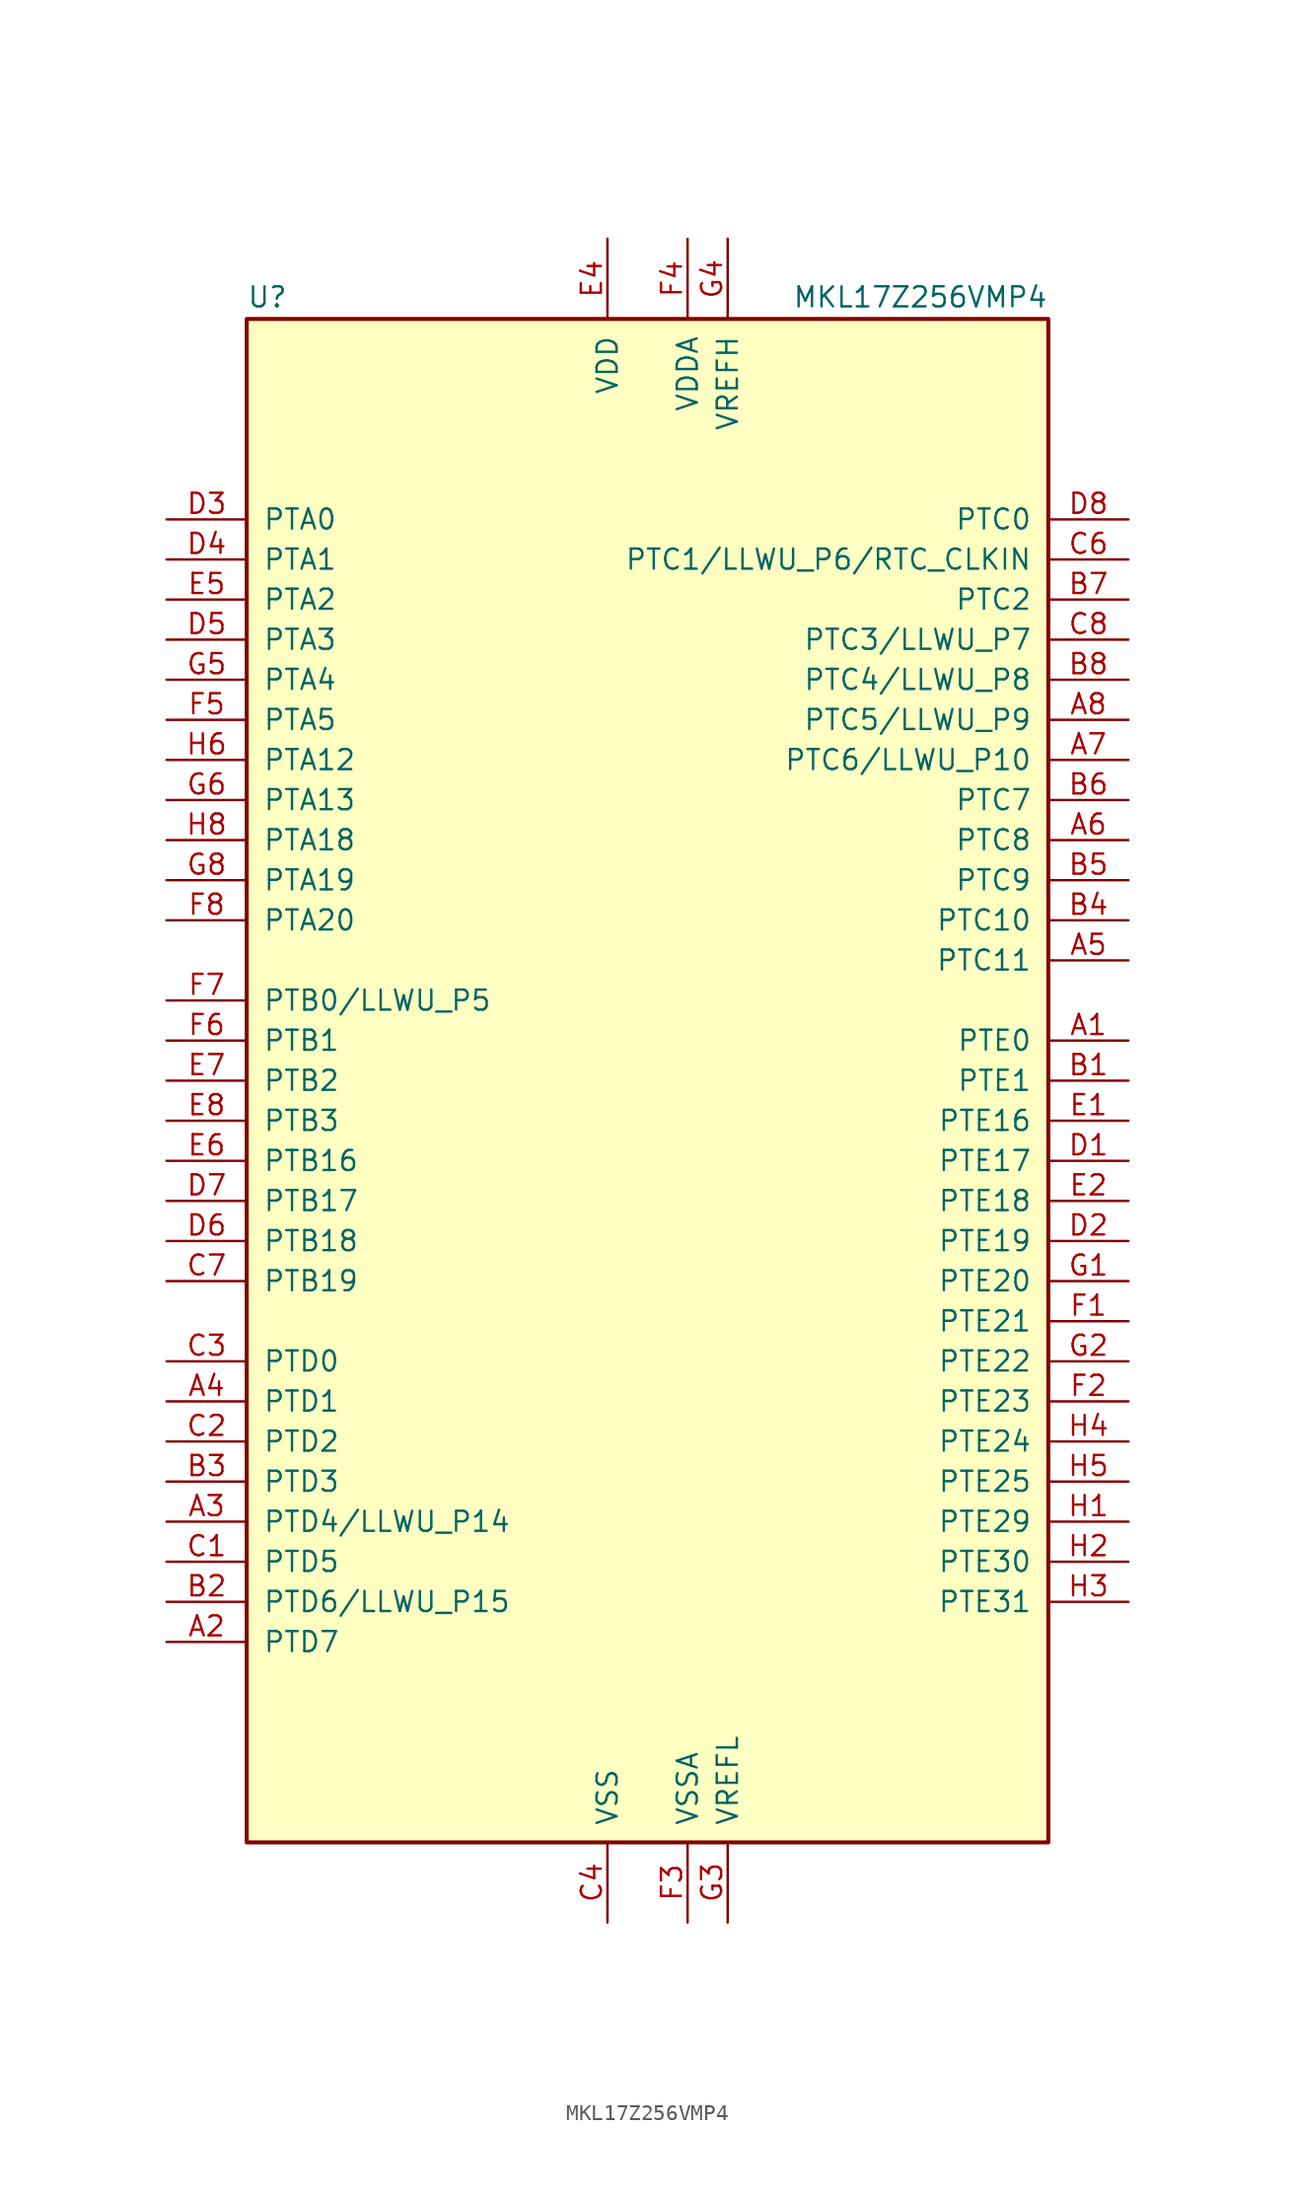
<source format=kicad_sym>
(kicad_symbol_lib
  (version 20211014)
  (generator kicad_symbol_editor)
  (symbol "MKL17Z256VMP4"
    (pin_names
      (offset 1.016))
    (property "Reference" "U"
      (at -25.4 48.895 0)
      (effects (font (size 1.27 1.27)) (justify left bottom)))
    (property "Value" "MKL17Z256VMP4"
      (at 25.4 48.895 0)
      (effects (font (size 1.27 1.27)) (justify right bottom)))
    (symbol "MKL17Z256VMP4_0_1"
      (rectangle (start -25.4 48.26) (end 25.4 -48.26) (stroke (width 0.254) (type default) (color 0 0 0 0)) (fill (type background))))
    (symbol "MKL17Z256VMP4_1_1"
      (pin bidirectional line (at 30.48 2.54 180) (length 5.08) (name "PTE0" (effects (font (size 1.27 1.27)))) (number "A1" (effects (font (size 1.27 1.27)))))
      (pin bidirectional line (at -30.48 -35.56 0) (length 5.08) (name "PTD7" (effects (font (size 1.27 1.27)))) (number "A2" (effects (font (size 1.27 1.27)))))
      (pin bidirectional line (at -30.48 -27.94 0) (length 5.08) (name "PTD4/LLWU_P14" (effects (font (size 1.27 1.27)))) (number "A3" (effects (font (size 1.27 1.27)))))
      (pin bidirectional line (at -30.48 -20.32 0) (length 5.08) (name "PTD1" (effects (font (size 1.27 1.27)))) (number "A4" (effects (font (size 1.27 1.27)))))
      (pin bidirectional line (at 30.48 7.62 180) (length 5.08) (name "PTC11" (effects (font (size 1.27 1.27)))) (number "A5" (effects (font (size 1.27 1.27)))))
      (pin bidirectional line (at 30.48 15.24 180) (length 5.08) (name "PTC8" (effects (font (size 1.27 1.27)))) (number "A6" (effects (font (size 1.27 1.27)))))
      (pin bidirectional line (at 30.48 20.32 180) (length 5.08) (name "PTC6/LLWU_P10" (effects (font (size 1.27 1.27)))) (number "A7" (effects (font (size 1.27 1.27)))))
      (pin bidirectional line (at 30.48 22.86 180) (length 5.08) (name "PTC5/LLWU_P9" (effects (font (size 1.27 1.27)))) (number "A8" (effects (font (size 1.27 1.27)))))
      (pin bidirectional line (at 30.48 0 180) (length 5.08) (name "PTE1" (effects (font (size 1.27 1.27)))) (number "B1" (effects (font (size 1.27 1.27)))))
      (pin bidirectional line (at -30.48 -33.02 0) (length 5.08) (name "PTD6/LLWU_P15" (effects (font (size 1.27 1.27)))) (number "B2" (effects (font (size 1.27 1.27)))))
      (pin bidirectional line (at -30.48 -25.4 0) (length 5.08) (name "PTD3" (effects (font (size 1.27 1.27)))) (number "B3" (effects (font (size 1.27 1.27)))))
      (pin bidirectional line (at 30.48 10.16 180) (length 5.08) (name "PTC10" (effects (font (size 1.27 1.27)))) (number "B4" (effects (font (size 1.27 1.27)))))
      (pin bidirectional line (at 30.48 12.7 180) (length 5.08) (name "PTC9" (effects (font (size 1.27 1.27)))) (number "B5" (effects (font (size 1.27 1.27)))))
      (pin bidirectional line (at 30.48 17.78 180) (length 5.08) (name "PTC7" (effects (font (size 1.27 1.27)))) (number "B6" (effects (font (size 1.27 1.27)))))
      (pin bidirectional line (at 30.48 30.48 180) (length 5.08) (name "PTC2" (effects (font (size 1.27 1.27)))) (number "B7" (effects (font (size 1.27 1.27)))))
      (pin bidirectional line (at 30.48 25.4 180) (length 5.08) (name "PTC4/LLWU_P8" (effects (font (size 1.27 1.27)))) (number "B8" (effects (font (size 1.27 1.27)))))
      (pin bidirectional line (at -30.48 -30.48 0) (length 5.08) (name "PTD5" (effects (font (size 1.27 1.27)))) (number "C1" (effects (font (size 1.27 1.27)))))
      (pin bidirectional line (at -30.48 -22.86 0) (length 5.08) (name "PTD2" (effects (font (size 1.27 1.27)))) (number "C2" (effects (font (size 1.27 1.27)))))
      (pin bidirectional line (at -30.48 -17.78 0) (length 5.08) (name "PTD0" (effects (font (size 1.27 1.27)))) (number "C3" (effects (font (size 1.27 1.27)))))
      (pin power_in line (at -2.54 -53.34 90) (length 5.08) (name "VSS" (effects (font (size 1.27 1.27)))) (number "C4" (effects (font (size 1.27 1.27)))))
      (pin no_connect line (at -15.24 -53.34 90) (length 5.08) hide (name "NC" (effects (font (size 1.27 1.27)))) (number "C5" (effects (font (size 1.27 1.27)))))
      (pin bidirectional line (at 30.48 33.02 180) (length 5.08) (name "PTC1/LLWU_P6/RTC_CLKIN" (effects (font (size 1.27 1.27)))) (number "C6" (effects (font (size 1.27 1.27)))))
      (pin bidirectional line (at -30.48 -12.7 0) (length 5.08) (name "PTB19" (effects (font (size 1.27 1.27)))) (number "C7" (effects (font (size 1.27 1.27)))))
      (pin bidirectional line (at 30.48 27.94 180) (length 5.08) (name "PTC3/LLWU_P7" (effects (font (size 1.27 1.27)))) (number "C8" (effects (font (size 1.27 1.27)))))
      (pin bidirectional line (at 30.48 -5.08 180) (length 5.08) (name "PTE17" (effects (font (size 1.27 1.27)))) (number "D1" (effects (font (size 1.27 1.27)))))
      (pin bidirectional line (at 30.48 -10.16 180) (length 5.08) (name "PTE19" (effects (font (size 1.27 1.27)))) (number "D2" (effects (font (size 1.27 1.27)))))
      (pin bidirectional line (at -30.48 35.56 0) (length 5.08) (name "PTA0" (effects (font (size 1.27 1.27)))) (number "D3" (effects (font (size 1.27 1.27)))))
      (pin bidirectional line (at -30.48 33.02 0) (length 5.08) (name "PTA1" (effects (font (size 1.27 1.27)))) (number "D4" (effects (font (size 1.27 1.27)))))
      (pin bidirectional line (at -30.48 27.94 0) (length 5.08) (name "PTA3" (effects (font (size 1.27 1.27)))) (number "D5" (effects (font (size 1.27 1.27)))))
      (pin bidirectional line (at -30.48 -10.16 0) (length 5.08) (name "PTB18" (effects (font (size 1.27 1.27)))) (number "D6" (effects (font (size 1.27 1.27)))))
      (pin bidirectional line (at -30.48 -7.62 0) (length 5.08) (name "PTB17" (effects (font (size 1.27 1.27)))) (number "D7" (effects (font (size 1.27 1.27)))))
      (pin bidirectional line (at 30.48 35.56 180) (length 5.08) (name "PTC0" (effects (font (size 1.27 1.27)))) (number "D8" (effects (font (size 1.27 1.27)))))
      (pin bidirectional line (at 30.48 -2.54 180) (length 5.08) (name "PTE16" (effects (font (size 1.27 1.27)))) (number "E1" (effects (font (size 1.27 1.27)))))
      (pin bidirectional line (at 30.48 -7.62 180) (length 5.08) (name "PTE18" (effects (font (size 1.27 1.27)))) (number "E2" (effects (font (size 1.27 1.27)))))
      (pin passive line (at -2.54 -53.34 90) (length 5.08) hide (name "VSS" (effects (font (size 1.27 1.27)))) (number "E3" (effects (font (size 1.27 1.27)))))
      (pin power_in line (at -2.54 53.34 270) (length 5.08) (name "VDD" (effects (font (size 1.27 1.27)))) (number "E4" (effects (font (size 1.27 1.27)))))
      (pin bidirectional line (at -30.48 30.48 0) (length 5.08) (name "PTA2" (effects (font (size 1.27 1.27)))) (number "E5" (effects (font (size 1.27 1.27)))))
      (pin bidirectional line (at -30.48 -5.08 0) (length 5.08) (name "PTB16" (effects (font (size 1.27 1.27)))) (number "E6" (effects (font (size 1.27 1.27)))))
      (pin bidirectional line (at -30.48 0 0) (length 5.08) (name "PTB2" (effects (font (size 1.27 1.27)))) (number "E7" (effects (font (size 1.27 1.27)))))
      (pin bidirectional line (at -30.48 -2.54 0) (length 5.08) (name "PTB3" (effects (font (size 1.27 1.27)))) (number "E8" (effects (font (size 1.27 1.27)))))
      (pin bidirectional line (at 30.48 -15.24 180) (length 5.08) (name "PTE21" (effects (font (size 1.27 1.27)))) (number "F1" (effects (font (size 1.27 1.27)))))
      (pin bidirectional line (at 30.48 -20.32 180) (length 5.08) (name "PTE23" (effects (font (size 1.27 1.27)))) (number "F2" (effects (font (size 1.27 1.27)))))
      (pin power_in line (at 2.54 -53.34 90) (length 5.08) (name "VSSA" (effects (font (size 1.27 1.27)))) (number "F3" (effects (font (size 1.27 1.27)))))
      (pin power_in line (at 2.54 53.34 270) (length 5.08) (name "VDDA" (effects (font (size 1.27 1.27)))) (number "F4" (effects (font (size 1.27 1.27)))))
      (pin bidirectional line (at -30.48 22.86 0) (length 5.08) (name "PTA5" (effects (font (size 1.27 1.27)))) (number "F5" (effects (font (size 1.27 1.27)))))
      (pin bidirectional line (at -30.48 2.54 0) (length 5.08) (name "PTB1" (effects (font (size 1.27 1.27)))) (number "F6" (effects (font (size 1.27 1.27)))))
      (pin bidirectional line (at -30.48 5.08 0) (length 5.08) (name "PTB0/LLWU_P5" (effects (font (size 1.27 1.27)))) (number "F7" (effects (font (size 1.27 1.27)))))
      (pin bidirectional line (at -30.48 10.16 0) (length 5.08) (name "PTA20" (effects (font (size 1.27 1.27)))) (number "F8" (effects (font (size 1.27 1.27)))))
      (pin bidirectional line (at 30.48 -12.7 180) (length 5.08) (name "PTE20" (effects (font (size 1.27 1.27)))) (number "G1" (effects (font (size 1.27 1.27)))))
      (pin bidirectional line (at 30.48 -17.78 180) (length 5.08) (name "PTE22" (effects (font (size 1.27 1.27)))) (number "G2" (effects (font (size 1.27 1.27)))))
      (pin power_in line (at 5.08 -53.34 90) (length 5.08) (name "VREFL" (effects (font (size 1.27 1.27)))) (number "G3" (effects (font (size 1.27 1.27)))))
      (pin power_in line (at 5.08 53.34 270) (length 5.08) (name "VREFH" (effects (font (size 1.27 1.27)))) (number "G4" (effects (font (size 1.27 1.27)))))
      (pin bidirectional line (at -30.48 25.4 0) (length 5.08) (name "PTA4" (effects (font (size 1.27 1.27)))) (number "G5" (effects (font (size 1.27 1.27)))))
      (pin bidirectional line (at -30.48 17.78 0) (length 5.08) (name "PTA13" (effects (font (size 1.27 1.27)))) (number "G6" (effects (font (size 1.27 1.27)))))
      (pin passive line (at -2.54 53.34 270) (length 5.08) hide (name "VDD" (effects (font (size 1.27 1.27)))) (number "G7" (effects (font (size 1.27 1.27)))))
      (pin bidirectional line (at -30.48 12.7 0) (length 5.08) (name "PTA19" (effects (font (size 1.27 1.27)))) (number "G8" (effects (font (size 1.27 1.27)))))
      (pin bidirectional line (at 30.48 -27.94 180) (length 5.08) (name "PTE29" (effects (font (size 1.27 1.27)))) (number "H1" (effects (font (size 1.27 1.27)))))
      (pin bidirectional line (at 30.48 -30.48 180) (length 5.08) (name "PTE30" (effects (font (size 1.27 1.27)))) (number "H2" (effects (font (size 1.27 1.27)))))
      (pin bidirectional line (at 30.48 -33.02 180) (length 5.08) (name "PTE31" (effects (font (size 1.27 1.27)))) (number "H3" (effects (font (size 1.27 1.27)))))
      (pin bidirectional line (at 30.48 -22.86 180) (length 5.08) (name "PTE24" (effects (font (size 1.27 1.27)))) (number "H4" (effects (font (size 1.27 1.27)))))
      (pin bidirectional line (at 30.48 -25.4 180) (length 5.08) (name "PTE25" (effects (font (size 1.27 1.27)))) (number "H5" (effects (font (size 1.27 1.27)))))
      (pin bidirectional line (at -30.48 20.32 0) (length 5.08) (name "PTA12" (effects (font (size 1.27 1.27)))) (number "H6" (effects (font (size 1.27 1.27)))))
      (pin passive line (at -2.54 -53.34 90) (length 5.08) hide (name "VSS" (effects (font (size 1.27 1.27)))) (number "H7" (effects (font (size 1.27 1.27)))))
      (pin bidirectional line (at -30.48 15.24 0) (length 5.08) (name "PTA18" (effects (font (size 1.27 1.27)))) (number "H8" (effects (font (size 1.27 1.27))))))))
</source>
